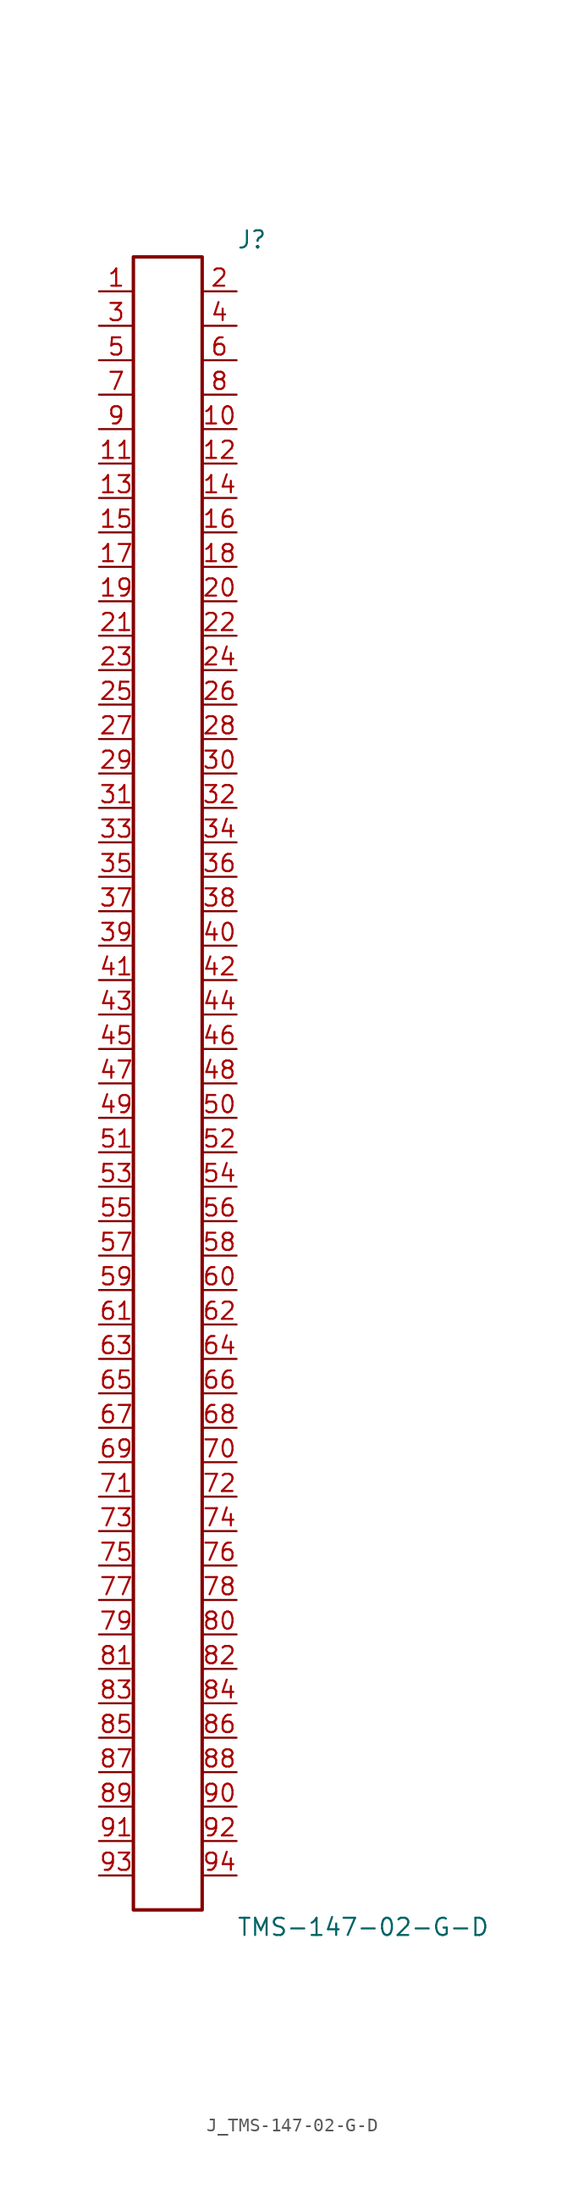
<source format=kicad_sym>
(kicad_symbol_lib
  (version 20231120)
  (generator kicad_symbol_editor)
  (generator_version 8.0)
  (symbol "J_TMS-147-02-G-D"
    (pin_names
      (offset 0.254))
    (property "Reference" "J"
      (at 5.08 62.23 0)
      (effects (font (size 1.27 1.27)) (justify left)))
    (property "Value" "TMS-147-02-G-D"
      (at 5.08 -62.23 0)
      (effects (font (size 1.27 1.27)) (justify left)))
    (symbol "J_TMS-147-02-G-D_0_0"
      (pin unspecified line (at -5.08 58.42 0) (length 2.54) (name "" (effects (font (size 1.27 1.27)))) (number "1" (effects (font (size 1.27 1.27)))))
      (pin unspecified line (at 5.08 58.42 180) (length 2.54) (name "" (effects (font (size 1.27 1.27)))) (number "2" (effects (font (size 1.27 1.27)))))
      (pin unspecified line (at -5.08 55.88 0) (length 2.54) (name "" (effects (font (size 1.27 1.27)))) (number "3" (effects (font (size 1.27 1.27)))))
      (pin unspecified line (at 5.08 55.88 180) (length 2.54) (name "" (effects (font (size 1.27 1.27)))) (number "4" (effects (font (size 1.27 1.27)))))
      (pin unspecified line (at -5.08 53.34 0) (length 2.54) (name "" (effects (font (size 1.27 1.27)))) (number "5" (effects (font (size 1.27 1.27)))))
      (pin unspecified line (at 5.08 53.34 180) (length 2.54) (name "" (effects (font (size 1.27 1.27)))) (number "6" (effects (font (size 1.27 1.27)))))
      (pin unspecified line (at -5.08 50.8 0) (length 2.54) (name "" (effects (font (size 1.27 1.27)))) (number "7" (effects (font (size 1.27 1.27)))))
      (pin unspecified line (at 5.08 50.8 180) (length 2.54) (name "" (effects (font (size 1.27 1.27)))) (number "8" (effects (font (size 1.27 1.27)))))
      (pin unspecified line (at -5.08 48.26 0) (length 2.54) (name "" (effects (font (size 1.27 1.27)))) (number "9" (effects (font (size 1.27 1.27)))))
      (pin unspecified line (at 5.08 48.26 180) (length 2.54) (name "" (effects (font (size 1.27 1.27)))) (number "10" (effects (font (size 1.27 1.27)))))
      (pin unspecified line (at -5.08 45.72 0) (length 2.54) (name "" (effects (font (size 1.27 1.27)))) (number "11" (effects (font (size 1.27 1.27)))))
      (pin unspecified line (at 5.08 45.72 180) (length 2.54) (name "" (effects (font (size 1.27 1.27)))) (number "12" (effects (font (size 1.27 1.27)))))
      (pin unspecified line (at -5.08 43.18 0) (length 2.54) (name "" (effects (font (size 1.27 1.27)))) (number "13" (effects (font (size 1.27 1.27)))))
      (pin unspecified line (at 5.08 43.18 180) (length 2.54) (name "" (effects (font (size 1.27 1.27)))) (number "14" (effects (font (size 1.27 1.27)))))
      (pin unspecified line (at -5.08 40.64 0) (length 2.54) (name "" (effects (font (size 1.27 1.27)))) (number "15" (effects (font (size 1.27 1.27)))))
      (pin unspecified line (at 5.08 40.64 180) (length 2.54) (name "" (effects (font (size 1.27 1.27)))) (number "16" (effects (font (size 1.27 1.27)))))
      (pin unspecified line (at -5.08 38.1 0) (length 2.54) (name "" (effects (font (size 1.27 1.27)))) (number "17" (effects (font (size 1.27 1.27)))))
      (pin unspecified line (at 5.08 38.1 180) (length 2.54) (name "" (effects (font (size 1.27 1.27)))) (number "18" (effects (font (size 1.27 1.27)))))
      (pin unspecified line (at -5.08 35.56 0) (length 2.54) (name "" (effects (font (size 1.27 1.27)))) (number "19" (effects (font (size 1.27 1.27)))))
      (pin unspecified line (at 5.08 35.56 180) (length 2.54) (name "" (effects (font (size 1.27 1.27)))) (number "20" (effects (font (size 1.27 1.27)))))
      (pin unspecified line (at -5.08 33.02 0) (length 2.54) (name "" (effects (font (size 1.27 1.27)))) (number "21" (effects (font (size 1.27 1.27)))))
      (pin unspecified line (at 5.08 33.02 180) (length 2.54) (name "" (effects (font (size 1.27 1.27)))) (number "22" (effects (font (size 1.27 1.27)))))
      (pin unspecified line (at -5.08 30.48 0) (length 2.54) (name "" (effects (font (size 1.27 1.27)))) (number "23" (effects (font (size 1.27 1.27)))))
      (pin unspecified line (at 5.08 30.48 180) (length 2.54) (name "" (effects (font (size 1.27 1.27)))) (number "24" (effects (font (size 1.27 1.27)))))
      (pin unspecified line (at -5.08 27.94 0) (length 2.54) (name "" (effects (font (size 1.27 1.27)))) (number "25" (effects (font (size 1.27 1.27)))))
      (pin unspecified line (at 5.08 27.94 180) (length 2.54) (name "" (effects (font (size 1.27 1.27)))) (number "26" (effects (font (size 1.27 1.27)))))
      (pin unspecified line (at -5.08 25.4 0) (length 2.54) (name "" (effects (font (size 1.27 1.27)))) (number "27" (effects (font (size 1.27 1.27)))))
      (pin unspecified line (at 5.08 25.4 180) (length 2.54) (name "" (effects (font (size 1.27 1.27)))) (number "28" (effects (font (size 1.27 1.27)))))
      (pin unspecified line (at -5.08 22.86 0) (length 2.54) (name "" (effects (font (size 1.27 1.27)))) (number "29" (effects (font (size 1.27 1.27)))))
      (pin unspecified line (at 5.08 22.86 180) (length 2.54) (name "" (effects (font (size 1.27 1.27)))) (number "30" (effects (font (size 1.27 1.27)))))
      (pin unspecified line (at -5.08 20.32 0) (length 2.54) (name "" (effects (font (size 1.27 1.27)))) (number "31" (effects (font (size 1.27 1.27)))))
      (pin unspecified line (at 5.08 20.32 180) (length 2.54) (name "" (effects (font (size 1.27 1.27)))) (number "32" (effects (font (size 1.27 1.27)))))
      (pin unspecified line (at -5.08 17.78 0) (length 2.54) (name "" (effects (font (size 1.27 1.27)))) (number "33" (effects (font (size 1.27 1.27)))))
      (pin unspecified line (at 5.08 17.78 180) (length 2.54) (name "" (effects (font (size 1.27 1.27)))) (number "34" (effects (font (size 1.27 1.27)))))
      (pin unspecified line (at -5.08 15.24 0) (length 2.54) (name "" (effects (font (size 1.27 1.27)))) (number "35" (effects (font (size 1.27 1.27)))))
      (pin unspecified line (at 5.08 15.24 180) (length 2.54) (name "" (effects (font (size 1.27 1.27)))) (number "36" (effects (font (size 1.27 1.27)))))
      (pin unspecified line (at -5.08 12.7 0) (length 2.54) (name "" (effects (font (size 1.27 1.27)))) (number "37" (effects (font (size 1.27 1.27)))))
      (pin unspecified line (at 5.08 12.7 180) (length 2.54) (name "" (effects (font (size 1.27 1.27)))) (number "38" (effects (font (size 1.27 1.27)))))
      (pin unspecified line (at -5.08 10.16 0) (length 2.54) (name "" (effects (font (size 1.27 1.27)))) (number "39" (effects (font (size 1.27 1.27)))))
      (pin unspecified line (at 5.08 10.16 180) (length 2.54) (name "" (effects (font (size 1.27 1.27)))) (number "40" (effects (font (size 1.27 1.27)))))
      (pin unspecified line (at -5.08 7.62 0) (length 2.54) (name "" (effects (font (size 1.27 1.27)))) (number "41" (effects (font (size 1.27 1.27)))))
      (pin unspecified line (at 5.08 7.62 180) (length 2.54) (name "" (effects (font (size 1.27 1.27)))) (number "42" (effects (font (size 1.27 1.27)))))
      (pin unspecified line (at -5.08 5.08 0) (length 2.54) (name "" (effects (font (size 1.27 1.27)))) (number "43" (effects (font (size 1.27 1.27)))))
      (pin unspecified line (at 5.08 5.08 180) (length 2.54) (name "" (effects (font (size 1.27 1.27)))) (number "44" (effects (font (size 1.27 1.27)))))
      (pin unspecified line (at -5.08 2.54 0) (length 2.54) (name "" (effects (font (size 1.27 1.27)))) (number "45" (effects (font (size 1.27 1.27)))))
      (pin unspecified line (at 5.08 2.54 180) (length 2.54) (name "" (effects (font (size 1.27 1.27)))) (number "46" (effects (font (size 1.27 1.27)))))
      (pin unspecified line (at -5.08 0.0 0) (length 2.54) (name "" (effects (font (size 1.27 1.27)))) (number "47" (effects (font (size 1.27 1.27)))))
      (pin unspecified line (at 5.08 0.0 180) (length 2.54) (name "" (effects (font (size 1.27 1.27)))) (number "48" (effects (font (size 1.27 1.27)))))
      (pin unspecified line (at -5.08 -2.54 0) (length 2.54) (name "" (effects (font (size 1.27 1.27)))) (number "49" (effects (font (size 1.27 1.27)))))
      (pin unspecified line (at 5.08 -2.54 180) (length 2.54) (name "" (effects (font (size 1.27 1.27)))) (number "50" (effects (font (size 1.27 1.27)))))
      (pin unspecified line (at -5.08 -5.08 0) (length 2.54) (name "" (effects (font (size 1.27 1.27)))) (number "51" (effects (font (size 1.27 1.27)))))
      (pin unspecified line (at 5.08 -5.08 180) (length 2.54) (name "" (effects (font (size 1.27 1.27)))) (number "52" (effects (font (size 1.27 1.27)))))
      (pin unspecified line (at -5.08 -7.62 0) (length 2.54) (name "" (effects (font (size 1.27 1.27)))) (number "53" (effects (font (size 1.27 1.27)))))
      (pin unspecified line (at 5.08 -7.62 180) (length 2.54) (name "" (effects (font (size 1.27 1.27)))) (number "54" (effects (font (size 1.27 1.27)))))
      (pin unspecified line (at -5.08 -10.16 0) (length 2.54) (name "" (effects (font (size 1.27 1.27)))) (number "55" (effects (font (size 1.27 1.27)))))
      (pin unspecified line (at 5.08 -10.16 180) (length 2.54) (name "" (effects (font (size 1.27 1.27)))) (number "56" (effects (font (size 1.27 1.27)))))
      (pin unspecified line (at -5.08 -12.7 0) (length 2.54) (name "" (effects (font (size 1.27 1.27)))) (number "57" (effects (font (size 1.27 1.27)))))
      (pin unspecified line (at 5.08 -12.7 180) (length 2.54) (name "" (effects (font (size 1.27 1.27)))) (number "58" (effects (font (size 1.27 1.27)))))
      (pin unspecified line (at -5.08 -15.24 0) (length 2.54) (name "" (effects (font (size 1.27 1.27)))) (number "59" (effects (font (size 1.27 1.27)))))
      (pin unspecified line (at 5.08 -15.24 180) (length 2.54) (name "" (effects (font (size 1.27 1.27)))) (number "60" (effects (font (size 1.27 1.27)))))
      (pin unspecified line (at -5.08 -17.78 0) (length 2.54) (name "" (effects (font (size 1.27 1.27)))) (number "61" (effects (font (size 1.27 1.27)))))
      (pin unspecified line (at 5.08 -17.78 180) (length 2.54) (name "" (effects (font (size 1.27 1.27)))) (number "62" (effects (font (size 1.27 1.27)))))
      (pin unspecified line (at -5.08 -20.32 0) (length 2.54) (name "" (effects (font (size 1.27 1.27)))) (number "63" (effects (font (size 1.27 1.27)))))
      (pin unspecified line (at 5.08 -20.32 180) (length 2.54) (name "" (effects (font (size 1.27 1.27)))) (number "64" (effects (font (size 1.27 1.27)))))
      (pin unspecified line (at -5.08 -22.86 0) (length 2.54) (name "" (effects (font (size 1.27 1.27)))) (number "65" (effects (font (size 1.27 1.27)))))
      (pin unspecified line (at 5.08 -22.86 180) (length 2.54) (name "" (effects (font (size 1.27 1.27)))) (number "66" (effects (font (size 1.27 1.27)))))
      (pin unspecified line (at -5.08 -25.4 0) (length 2.54) (name "" (effects (font (size 1.27 1.27)))) (number "67" (effects (font (size 1.27 1.27)))))
      (pin unspecified line (at 5.08 -25.4 180) (length 2.54) (name "" (effects (font (size 1.27 1.27)))) (number "68" (effects (font (size 1.27 1.27)))))
      (pin unspecified line (at -5.08 -27.94 0) (length 2.54) (name "" (effects (font (size 1.27 1.27)))) (number "69" (effects (font (size 1.27 1.27)))))
      (pin unspecified line (at 5.08 -27.94 180) (length 2.54) (name "" (effects (font (size 1.27 1.27)))) (number "70" (effects (font (size 1.27 1.27)))))
      (pin unspecified line (at -5.08 -30.48 0) (length 2.54) (name "" (effects (font (size 1.27 1.27)))) (number "71" (effects (font (size 1.27 1.27)))))
      (pin unspecified line (at 5.08 -30.48 180) (length 2.54) (name "" (effects (font (size 1.27 1.27)))) (number "72" (effects (font (size 1.27 1.27)))))
      (pin unspecified line (at -5.08 -33.02 0) (length 2.54) (name "" (effects (font (size 1.27 1.27)))) (number "73" (effects (font (size 1.27 1.27)))))
      (pin unspecified line (at 5.08 -33.02 180) (length 2.54) (name "" (effects (font (size 1.27 1.27)))) (number "74" (effects (font (size 1.27 1.27)))))
      (pin unspecified line (at -5.08 -35.56 0) (length 2.54) (name "" (effects (font (size 1.27 1.27)))) (number "75" (effects (font (size 1.27 1.27)))))
      (pin unspecified line (at 5.08 -35.56 180) (length 2.54) (name "" (effects (font (size 1.27 1.27)))) (number "76" (effects (font (size 1.27 1.27)))))
      (pin unspecified line (at -5.08 -38.1 0) (length 2.54) (name "" (effects (font (size 1.27 1.27)))) (number "77" (effects (font (size 1.27 1.27)))))
      (pin unspecified line (at 5.08 -38.1 180) (length 2.54) (name "" (effects (font (size 1.27 1.27)))) (number "78" (effects (font (size 1.27 1.27)))))
      (pin unspecified line (at -5.08 -40.64 0) (length 2.54) (name "" (effects (font (size 1.27 1.27)))) (number "79" (effects (font (size 1.27 1.27)))))
      (pin unspecified line (at 5.08 -40.64 180) (length 2.54) (name "" (effects (font (size 1.27 1.27)))) (number "80" (effects (font (size 1.27 1.27)))))
      (pin unspecified line (at -5.08 -43.18 0) (length 2.54) (name "" (effects (font (size 1.27 1.27)))) (number "81" (effects (font (size 1.27 1.27)))))
      (pin unspecified line (at 5.08 -43.18 180) (length 2.54) (name "" (effects (font (size 1.27 1.27)))) (number "82" (effects (font (size 1.27 1.27)))))
      (pin unspecified line (at -5.08 -45.72 0) (length 2.54) (name "" (effects (font (size 1.27 1.27)))) (number "83" (effects (font (size 1.27 1.27)))))
      (pin unspecified line (at 5.08 -45.72 180) (length 2.54) (name "" (effects (font (size 1.27 1.27)))) (number "84" (effects (font (size 1.27 1.27)))))
      (pin unspecified line (at -5.08 -48.26 0) (length 2.54) (name "" (effects (font (size 1.27 1.27)))) (number "85" (effects (font (size 1.27 1.27)))))
      (pin unspecified line (at 5.08 -48.26 180) (length 2.54) (name "" (effects (font (size 1.27 1.27)))) (number "86" (effects (font (size 1.27 1.27)))))
      (pin unspecified line (at -5.08 -50.8 0) (length 2.54) (name "" (effects (font (size 1.27 1.27)))) (number "87" (effects (font (size 1.27 1.27)))))
      (pin unspecified line (at 5.08 -50.8 180) (length 2.54) (name "" (effects (font (size 1.27 1.27)))) (number "88" (effects (font (size 1.27 1.27)))))
      (pin unspecified line (at -5.08 -53.34 0) (length 2.54) (name "" (effects (font (size 1.27 1.27)))) (number "89" (effects (font (size 1.27 1.27)))))
      (pin unspecified line (at 5.08 -53.34 180) (length 2.54) (name "" (effects (font (size 1.27 1.27)))) (number "90" (effects (font (size 1.27 1.27)))))
      (pin unspecified line (at -5.08 -55.88 0) (length 2.54) (name "" (effects (font (size 1.27 1.27)))) (number "91" (effects (font (size 1.27 1.27)))))
      (pin unspecified line (at 5.08 -55.88 180) (length 2.54) (name "" (effects (font (size 1.27 1.27)))) (number "92" (effects (font (size 1.27 1.27)))))
      (pin unspecified line (at -5.08 -58.42 0) (length 2.54) (name "" (effects (font (size 1.27 1.27)))) (number "93" (effects (font (size 1.27 1.27)))))
      (pin unspecified line (at 5.08 -58.42 180) (length 2.54) (name "" (effects (font (size 1.27 1.27)))) (number "94" (effects (font (size 1.27 1.27))))))
    (symbol "J_TMS-147-02-G-D_1_0"
      (rectangle (start -2.54 60.96) (end 2.54 -60.96) (stroke (width 0.254) (type solid)) (fill (type none))))))
</source>
